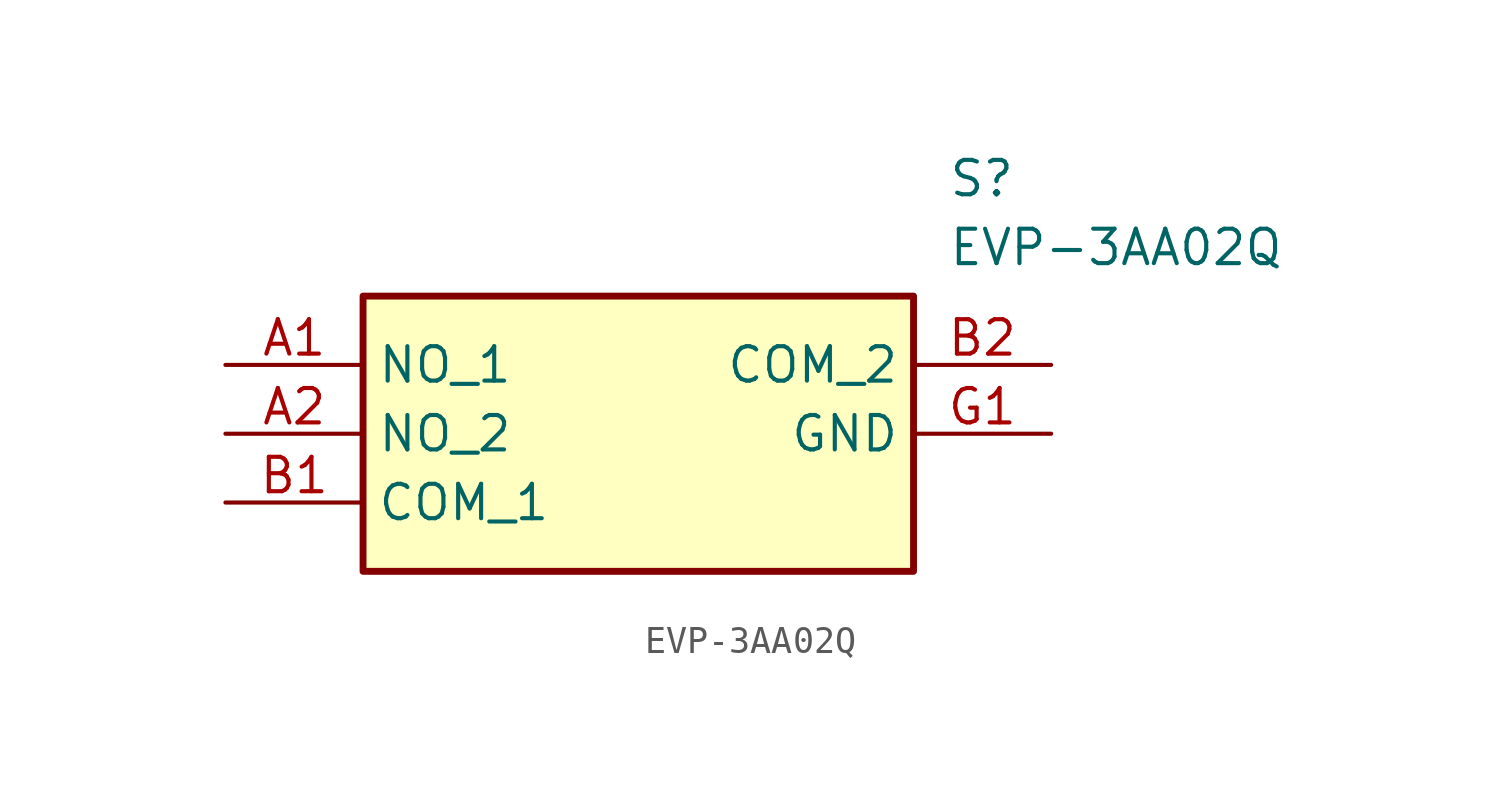
<source format=kicad_sym>
(kicad_symbol_lib
  (version 20231120)
  (generator "kicad_symbol_editor")
  (generator_version "8.0")
  (symbol "EVP-3AA02Q"
    (property "Reference" "S"
      (at 26.67 7.62 0)
      (effects (font (size 1.27 1.27)) (justify left top)))
    (property "Value" "EVP-3AA02Q"
      (at 26.67 5.08 0)
      (effects (font (size 1.27 1.27)) (justify left top)))
    (symbol "EVP-3AA02Q_1_1"
      (rectangle (start 5.08 2.54) (end 25.4 -7.62) (stroke (width 0.254) (type default)) (fill (type background)))
      (pin passive line (at 0 0 0) (length 5.08) (name "NO_1" (effects (font (size 1.27 1.27)))) (number "A1" (effects (font (size 1.27 1.27)))))
      (pin passive line (at 0 -2.54 0) (length 5.08) (name "NO_2" (effects (font (size 1.27 1.27)))) (number "A2" (effects (font (size 1.27 1.27)))))
      (pin passive line (at 0 -5.08 0) (length 5.08) (name "COM_1" (effects (font (size 1.27 1.27)))) (number "B1" (effects (font (size 1.27 1.27)))))
      (pin passive line (at 30.48 0 180) (length 5.08) (name "COM_2" (effects (font (size 1.27 1.27)))) (number "B2" (effects (font (size 1.27 1.27)))))
      (pin passive line (at 30.48 -2.54 180) (length 5.08) (name "GND" (effects (font (size 1.27 1.27)))) (number "G1" (effects (font (size 1.27 1.27))))))))
</source>
